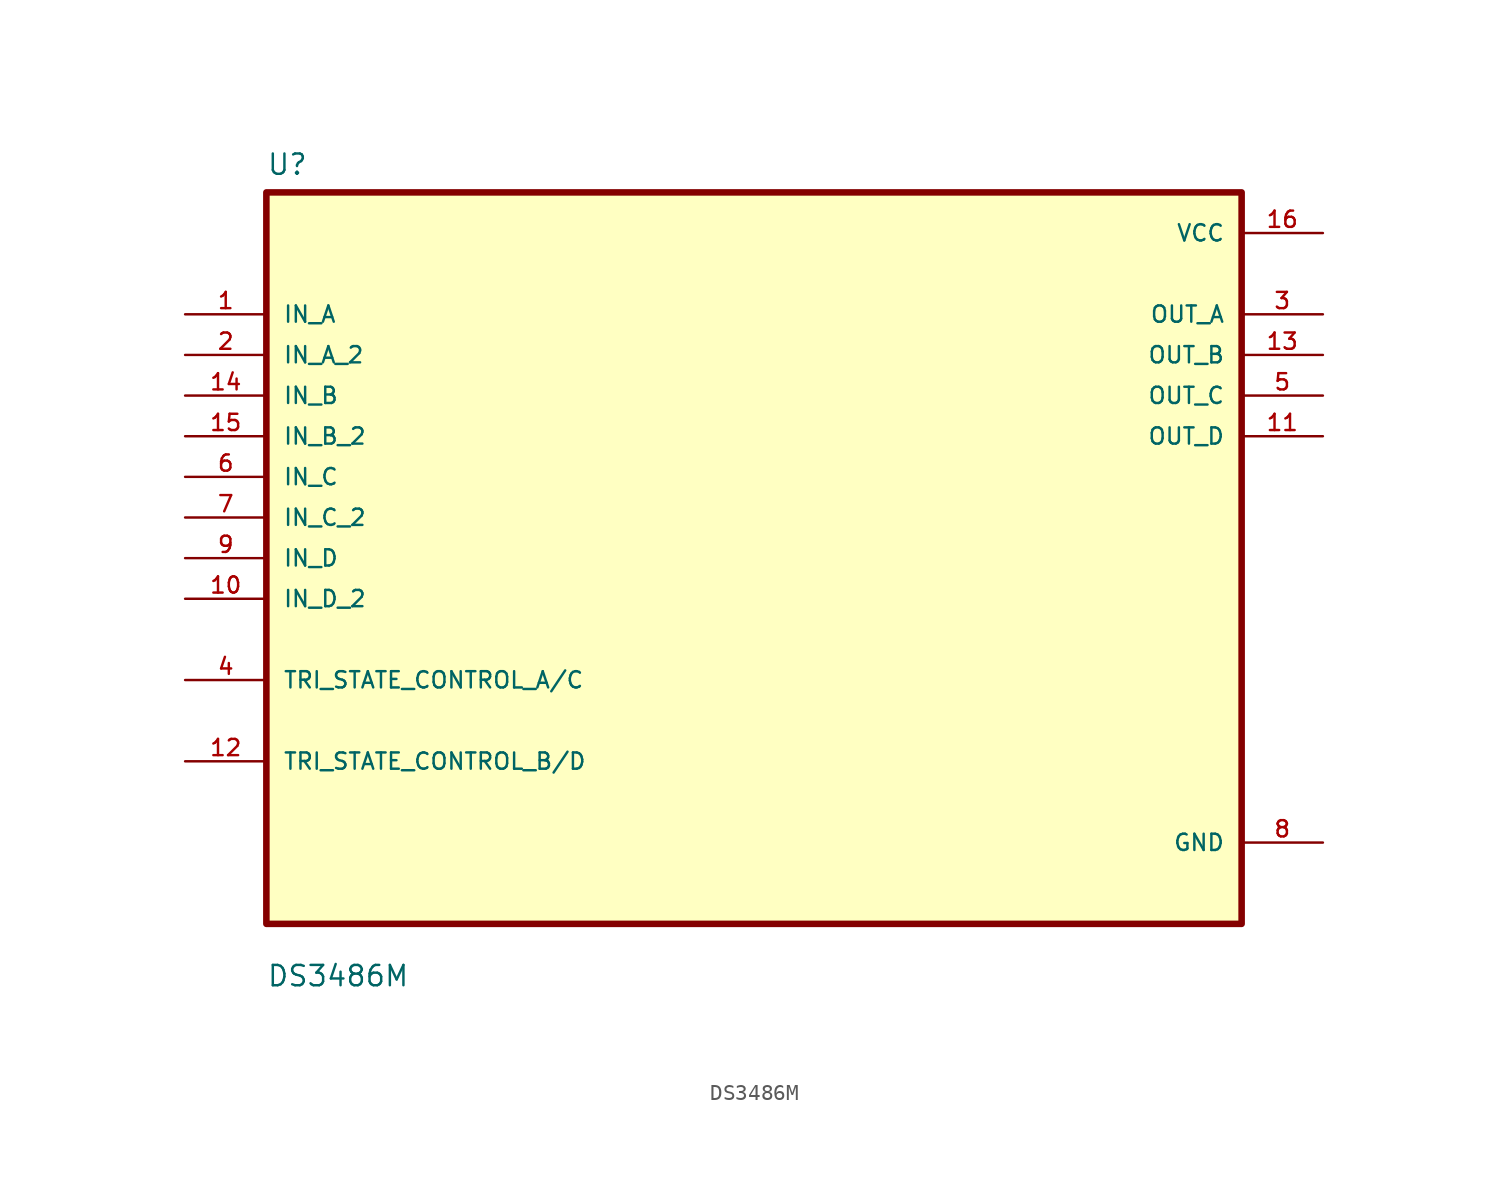
<source format=kicad_sym>
(kicad_symbol_lib
  (version 20220914)
  (generator kicad_symbol_editor)
  (symbol "DS3486M"
    (pin_names
      (offset 1.016))
    (property "Reference" "U"
      (at -30.48 23.86 0)
      (effects (font (size 1.27 1.27)) (justify left bottom)))
    (property "Value" "DS3486M"
      (at -30.48 -26.86 0)
      (effects (font (size 1.27 1.27)) (justify left bottom)))
    (symbol "DS3486M_0_0"
      (rectangle (start -30.48 22.86) (end 30.48 -22.86) (stroke (width 0.41) (type default)) (fill (type background)))
      (pin input line (at -35.56 15.24 0) (length 5.08) (name "IN_A" (effects (font (size 1.016 1.016)))) (number "1" (effects (font (size 1.016 1.016)))))
      (pin input line (at -35.56 -2.54 0) (length 5.08) (name "IN_D_2" (effects (font (size 1.016 1.016)))) (number "10" (effects (font (size 1.016 1.016)))))
      (pin output line (at 35.56 7.62 180) (length 5.08) (name "OUT_D" (effects (font (size 1.016 1.016)))) (number "11" (effects (font (size 1.016 1.016)))))
      (pin bidirectional line (at -35.56 -12.7 0) (length 5.08) (name "TRI_STATE_CONTROL_B/D" (effects (font (size 1.016 1.016)))) (number "12" (effects (font (size 1.016 1.016)))))
      (pin output line (at 35.56 12.7 180) (length 5.08) (name "OUT_B" (effects (font (size 1.016 1.016)))) (number "13" (effects (font (size 1.016 1.016)))))
      (pin input line (at -35.56 10.16 0) (length 5.08) (name "IN_B" (effects (font (size 1.016 1.016)))) (number "14" (effects (font (size 1.016 1.016)))))
      (pin input line (at -35.56 7.62 0) (length 5.08) (name "IN_B_2" (effects (font (size 1.016 1.016)))) (number "15" (effects (font (size 1.016 1.016)))))
      (pin power_in line (at 35.56 20.32 180) (length 5.08) (name "VCC" (effects (font (size 1.016 1.016)))) (number "16" (effects (font (size 1.016 1.016)))))
      (pin input line (at -35.56 12.7 0) (length 5.08) (name "IN_A_2" (effects (font (size 1.016 1.016)))) (number "2" (effects (font (size 1.016 1.016)))))
      (pin output line (at 35.56 15.24 180) (length 5.08) (name "OUT_A" (effects (font (size 1.016 1.016)))) (number "3" (effects (font (size 1.016 1.016)))))
      (pin bidirectional line (at -35.56 -7.62 0) (length 5.08) (name "TRI_STATE_CONTROL_A/C" (effects (font (size 1.016 1.016)))) (number "4" (effects (font (size 1.016 1.016)))))
      (pin output line (at 35.56 10.16 180) (length 5.08) (name "OUT_C" (effects (font (size 1.016 1.016)))) (number "5" (effects (font (size 1.016 1.016)))))
      (pin input line (at -35.56 5.08 0) (length 5.08) (name "IN_C" (effects (font (size 1.016 1.016)))) (number "6" (effects (font (size 1.016 1.016)))))
      (pin input line (at -35.56 2.54 0) (length 5.08) (name "IN_C_2" (effects (font (size 1.016 1.016)))) (number "7" (effects (font (size 1.016 1.016)))))
      (pin power_in line (at 35.56 -17.78 180) (length 5.08) (name "GND" (effects (font (size 1.016 1.016)))) (number "8" (effects (font (size 1.016 1.016)))))
      (pin input line (at -35.56 0 0) (length 5.08) (name "IN_D" (effects (font (size 1.016 1.016)))) (number "9" (effects (font (size 1.016 1.016))))))))
</source>
